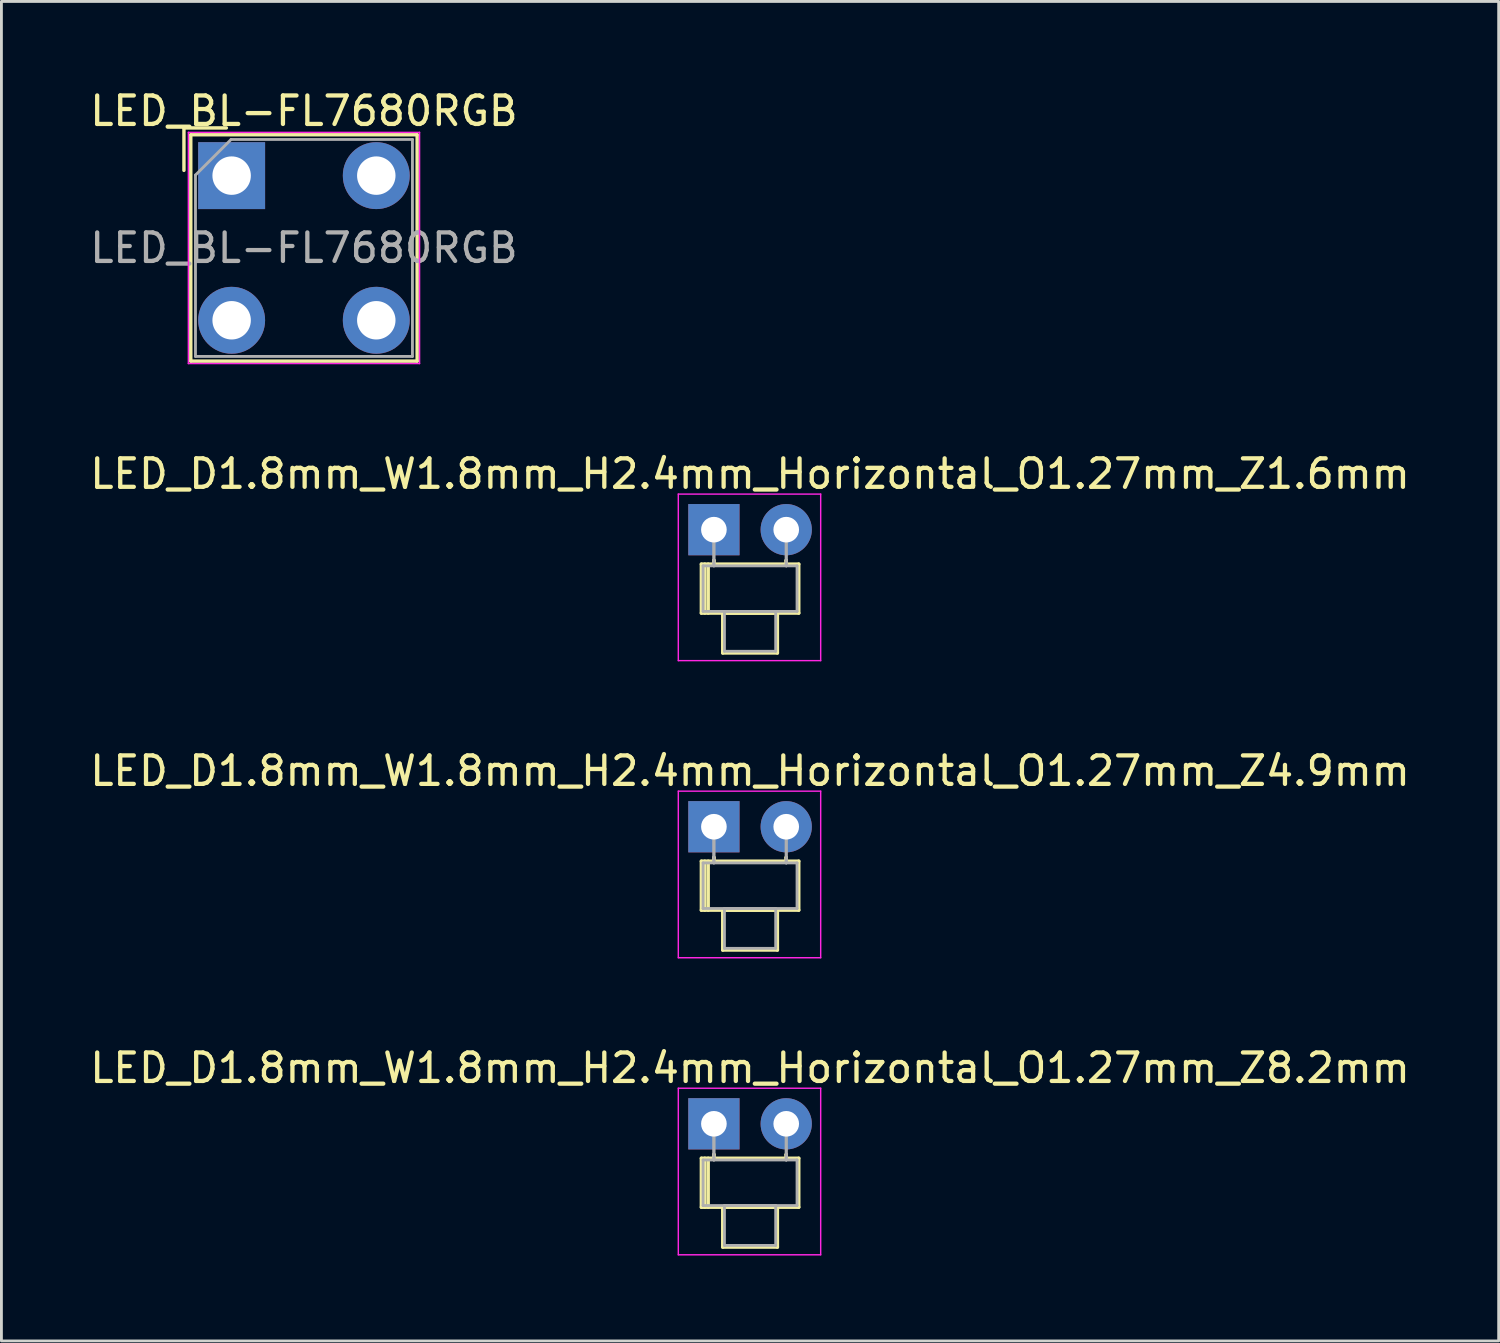
<source format=kicad_pcb>
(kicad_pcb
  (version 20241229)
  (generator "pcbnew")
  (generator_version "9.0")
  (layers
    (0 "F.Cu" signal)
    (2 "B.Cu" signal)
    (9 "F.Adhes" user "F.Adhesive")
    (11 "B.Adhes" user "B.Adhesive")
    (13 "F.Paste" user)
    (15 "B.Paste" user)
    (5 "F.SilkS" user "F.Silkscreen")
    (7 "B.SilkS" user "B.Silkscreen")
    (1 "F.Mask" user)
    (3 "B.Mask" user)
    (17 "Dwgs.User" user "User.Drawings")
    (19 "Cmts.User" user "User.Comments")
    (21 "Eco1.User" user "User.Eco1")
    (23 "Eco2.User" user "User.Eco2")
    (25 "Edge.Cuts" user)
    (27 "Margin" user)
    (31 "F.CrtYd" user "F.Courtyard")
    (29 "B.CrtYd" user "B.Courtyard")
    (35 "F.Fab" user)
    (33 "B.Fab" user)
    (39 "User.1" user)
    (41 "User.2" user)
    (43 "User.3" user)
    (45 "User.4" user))
  (footprint "LED_D1.8mm_W1.8mm_H2.4mm_Horizontal_O1.27mm_Z8.2mm"
    (layer "F.Cu")
    (at 22.022 36.418)
    (property "Reference" "LED_D1.8mm_W1.8mm_H2.4mm_Horizontal_O1.27mm_Z8.2mm" (at 1.27 -1.96 0) (layer "F.SilkS") (effects (font (size 1 1) (thickness 0.15))))
    (attr through_hole)
    (fp_line (start -0.44 1.21) (end -0.44 2.93) (stroke (width 0.12) (type solid)) (layer "F.SilkS"))
    (fp_line (start -0.44 2.93) (end 2.98 2.93) (stroke (width 0.12) (type solid)) (layer "F.SilkS"))
    (fp_line (start -0.32 1.21) (end -0.32 2.93) (stroke (width 0.12) (type solid)) (layer "F.SilkS"))
    (fp_line (start -0.2 1.21) (end -0.2 2.93) (stroke (width 0.12) (type solid)) (layer "F.SilkS"))
    (fp_line (start 0 1.08) (end 0 1.08) (stroke (width 0.12) (type solid)) (layer "F.SilkS"))
    (fp_line (start 0 1.08) (end 0 1.21) (stroke (width 0.12) (type solid)) (layer "F.SilkS"))
    (fp_line (start 0 1.21) (end 0 1.08) (stroke (width 0.12) (type solid)) (layer "F.SilkS"))
    (fp_line (start 0 1.21) (end 0 1.21) (stroke (width 0.12) (type solid)) (layer "F.SilkS"))
    (fp_line (start 0.31 2.93) (end 0.31 4.33) (stroke (width 0.12) (type solid)) (layer "F.SilkS"))
    (fp_line (start 0.31 4.33) (end 2.23 4.33) (stroke (width 0.12) (type solid)) (layer "F.SilkS"))
    (fp_line (start 2.23 2.93) (end 0.31 2.93) (stroke (width 0.12) (type solid)) (layer "F.SilkS"))
    (fp_line (start 2.23 4.33) (end 2.23 2.93) (stroke (width 0.12) (type solid)) (layer "F.SilkS"))
    (fp_line (start 2.54 1.08) (end 2.54 1.08) (stroke (width 0.12) (type solid)) (layer "F.SilkS"))
    (fp_line (start 2.54 1.08) (end 2.54 1.21) (stroke (width 0.12) (type solid)) (layer "F.SilkS"))
    (fp_line (start 2.54 1.21) (end 2.54 1.08) (stroke (width 0.12) (type solid)) (layer "F.SilkS"))
    (fp_line (start 2.54 1.21) (end 2.54 1.21) (stroke (width 0.12) (type solid)) (layer "F.SilkS"))
    (fp_line (start 2.98 1.21) (end -0.44 1.21) (stroke (width 0.12) (type solid)) (layer "F.SilkS"))
    (fp_line (start 2.98 2.93) (end 2.98 1.21) (stroke (width 0.12) (type solid)) (layer "F.SilkS"))
    (fp_line (start -1.25 -1.25) (end -1.25 4.6) (stroke (width 0.05) (type solid)) (layer "F.CrtYd"))
    (fp_line (start -1.25 4.6) (end 3.75 4.6) (stroke (width 0.05) (type solid)) (layer "F.CrtYd"))
    (fp_line (start 3.75 -1.25) (end -1.25 -1.25) (stroke (width 0.05) (type solid)) (layer "F.CrtYd"))
    (fp_line (start 3.75 4.6) (end 3.75 -1.25) (stroke (width 0.05) (type solid)) (layer "F.CrtYd"))
    (fp_line (start -0.38 1.27) (end -0.38 2.87) (stroke (width 0.1) (type solid)) (layer "F.Fab"))
    (fp_line (start -0.38 2.87) (end 2.92 2.87) (stroke (width 0.1) (type solid)) (layer "F.Fab"))
    (fp_line (start 0 0) (end 0 0) (stroke (width 0.1) (type solid)) (layer "F.Fab"))
    (fp_line (start 0 0) (end 0 1.27) (stroke (width 0.1) (type solid)) (layer "F.Fab"))
    (fp_line (start 0 1.27) (end 0 0) (stroke (width 0.1) (type solid)) (layer "F.Fab"))
    (fp_line (start 0 1.27) (end 0 1.27) (stroke (width 0.1) (type solid)) (layer "F.Fab"))
    (fp_line (start 0.37 2.87) (end 0.37 4.27) (stroke (width 0.1) (type solid)) (layer "F.Fab"))
    (fp_line (start 0.37 4.27) (end 2.17 4.27) (stroke (width 0.1) (type solid)) (layer "F.Fab"))
    (fp_line (start 2.17 2.87) (end 0.37 2.87) (stroke (width 0.1) (type solid)) (layer "F.Fab"))
    (fp_line (start 2.17 4.27) (end 2.17 2.87) (stroke (width 0.1) (type solid)) (layer "F.Fab"))
    (fp_line (start 2.54 0) (end 2.54 0) (stroke (width 0.1) (type solid)) (layer "F.Fab"))
    (fp_line (start 2.54 0) (end 2.54 1.27) (stroke (width 0.1) (type solid)) (layer "F.Fab"))
    (fp_line (start 2.54 1.27) (end 2.54 0) (stroke (width 0.1) (type solid)) (layer "F.Fab"))
    (fp_line (start 2.54 1.27) (end 2.54 1.27) (stroke (width 0.1) (type solid)) (layer "F.Fab"))
    (fp_line (start 2.92 1.27) (end -0.38 1.27) (stroke (width 0.1) (type solid)) (layer "F.Fab"))
    (fp_line (start 2.92 2.87) (end 2.92 1.27) (stroke (width 0.1) (type solid)) (layer "F.Fab"))
    (pad "1" thru_hole rect (at 0 0) (size 1.8 1.8) (drill 0.9) (layers "*.Cu" "*.Mask"))
    (pad "2" thru_hole circle (at 2.54 0) (size 1.8 1.8) (drill 0.9) (layers "*.Cu" "*.Mask")))
  (footprint "LED_BL-FL7680RGB"
    (layer "F.Cu")
    (at 5.085 3.118)
    (property "Reference" "LED_BL-FL7680RGB" (at 2.54 -2.27 0) (layer "F.SilkS") (effects (font (size 1 1) (thickness 0.15))))
    (attr through_hole)
    (fp_line (start -1.675 -1.675) (end -0.185 -1.675) (stroke (width 0.12) (type solid)) (layer "F.SilkS"))
    (fp_line (start -1.675 -0.185) (end -1.675 -1.675) (stroke (width 0.12) (type solid)) (layer "F.SilkS"))
    (fp_line (start -1.435 -1.435) (end -1.435 6.515) (stroke (width 0.12) (type solid)) (layer "F.SilkS"))
    (fp_line (start -1.435 6.515) (end 6.515 6.515) (stroke (width 0.12) (type solid)) (layer "F.SilkS"))
    (fp_line (start 6.515 -1.435) (end -1.435 -1.435) (stroke (width 0.12) (type solid)) (layer "F.SilkS"))
    (fp_line (start 6.515 6.515) (end 6.515 -1.435) (stroke (width 0.12) (type solid)) (layer "F.SilkS"))
    (fp_line (start -1.52 -1.52) (end -1.52 6.6) (stroke (width 0.05) (type solid)) (layer "F.CrtYd"))
    (fp_line (start -1.52 6.6) (end 6.6 6.6) (stroke (width 0.05) (type solid)) (layer "F.CrtYd"))
    (fp_line (start 6.6 -1.52) (end -1.52 -1.52) (stroke (width 0.05) (type solid)) (layer "F.CrtYd"))
    (fp_line (start 6.6 6.6) (end 6.6 -1.52) (stroke (width 0.05) (type solid)) (layer "F.CrtYd"))
    (fp_line (start -1.27 -0.02) (end -0.02 -1.27) (stroke (width 0.1) (type solid)) (layer "F.Fab"))
    (fp_line (start -1.27 6.35) (end -1.27 -0.02) (stroke (width 0.1) (type solid)) (layer "F.Fab"))
    (fp_line (start -0.02 -1.27) (end 6.35 -1.27) (stroke (width 0.1) (type solid)) (layer "F.Fab"))
    (fp_line (start 6.35 -1.27) (end 6.35 6.35) (stroke (width 0.1) (type solid)) (layer "F.Fab"))
    (fp_line (start 6.35 6.35) (end -1.27 6.35) (stroke (width 0.1) (type solid)) (layer "F.Fab"))
    (fp_text user "${REFERENCE}" (at 2.54 2.54 0) (layer "F.Fab") (effects (font (size 1 1) (thickness 0.15))))
    (pad "1" thru_hole rect (at 0 0) (size 2.35 2.35) (drill 1.35) (layers "*.Cu" "*.Mask"))
    (pad "2" thru_hole circle (at 0 5.08) (size 2.35 2.35) (drill 1.35) (layers "*.Cu" "*.Mask"))
    (pad "3" thru_hole circle (at 5.08 5.08) (size 2.35 2.35) (drill 1.35) (layers "*.Cu" "*.Mask"))
    (pad "4" thru_hole circle (at 5.08 0) (size 2.35 2.35) (drill 1.35) (layers "*.Cu" "*.Mask")))
  (footprint "LED_D1.8mm_W1.8mm_H2.4mm_Horizontal_O1.27mm_Z4.9mm"
    (layer "F.Cu")
    (at 22.022 25.985)
    (property "Reference" "LED_D1.8mm_W1.8mm_H2.4mm_Horizontal_O1.27mm_Z4.9mm" (at 1.27 -1.96 0) (layer "F.SilkS") (effects (font (size 1 1) (thickness 0.15))))
    (attr through_hole)
    (fp_line (start -0.44 1.21) (end -0.44 2.93) (stroke (width 0.12) (type solid)) (layer "F.SilkS"))
    (fp_line (start -0.44 2.93) (end 2.98 2.93) (stroke (width 0.12) (type solid)) (layer "F.SilkS"))
    (fp_line (start -0.32 1.21) (end -0.32 2.93) (stroke (width 0.12) (type solid)) (layer "F.SilkS"))
    (fp_line (start -0.2 1.21) (end -0.2 2.93) (stroke (width 0.12) (type solid)) (layer "F.SilkS"))
    (fp_line (start 0 1.08) (end 0 1.08) (stroke (width 0.12) (type solid)) (layer "F.SilkS"))
    (fp_line (start 0 1.08) (end 0 1.21) (stroke (width 0.12) (type solid)) (layer "F.SilkS"))
    (fp_line (start 0 1.21) (end 0 1.08) (stroke (width 0.12) (type solid)) (layer "F.SilkS"))
    (fp_line (start 0 1.21) (end 0 1.21) (stroke (width 0.12) (type solid)) (layer "F.SilkS"))
    (fp_line (start 0.31 2.93) (end 0.31 4.33) (stroke (width 0.12) (type solid)) (layer "F.SilkS"))
    (fp_line (start 0.31 4.33) (end 2.23 4.33) (stroke (width 0.12) (type solid)) (layer "F.SilkS"))
    (fp_line (start 2.23 2.93) (end 0.31 2.93) (stroke (width 0.12) (type solid)) (layer "F.SilkS"))
    (fp_line (start 2.23 4.33) (end 2.23 2.93) (stroke (width 0.12) (type solid)) (layer "F.SilkS"))
    (fp_line (start 2.54 1.08) (end 2.54 1.08) (stroke (width 0.12) (type solid)) (layer "F.SilkS"))
    (fp_line (start 2.54 1.08) (end 2.54 1.21) (stroke (width 0.12) (type solid)) (layer "F.SilkS"))
    (fp_line (start 2.54 1.21) (end 2.54 1.08) (stroke (width 0.12) (type solid)) (layer "F.SilkS"))
    (fp_line (start 2.54 1.21) (end 2.54 1.21) (stroke (width 0.12) (type solid)) (layer "F.SilkS"))
    (fp_line (start 2.98 1.21) (end -0.44 1.21) (stroke (width 0.12) (type solid)) (layer "F.SilkS"))
    (fp_line (start 2.98 2.93) (end 2.98 1.21) (stroke (width 0.12) (type solid)) (layer "F.SilkS"))
    (fp_line (start -1.25 -1.25) (end -1.25 4.6) (stroke (width 0.05) (type solid)) (layer "F.CrtYd"))
    (fp_line (start -1.25 4.6) (end 3.75 4.6) (stroke (width 0.05) (type solid)) (layer "F.CrtYd"))
    (fp_line (start 3.75 -1.25) (end -1.25 -1.25) (stroke (width 0.05) (type solid)) (layer "F.CrtYd"))
    (fp_line (start 3.75 4.6) (end 3.75 -1.25) (stroke (width 0.05) (type solid)) (layer "F.CrtYd"))
    (fp_line (start -0.38 1.27) (end -0.38 2.87) (stroke (width 0.1) (type solid)) (layer "F.Fab"))
    (fp_line (start -0.38 2.87) (end 2.92 2.87) (stroke (width 0.1) (type solid)) (layer "F.Fab"))
    (fp_line (start 0 0) (end 0 0) (stroke (width 0.1) (type solid)) (layer "F.Fab"))
    (fp_line (start 0 0) (end 0 1.27) (stroke (width 0.1) (type solid)) (layer "F.Fab"))
    (fp_line (start 0 1.27) (end 0 0) (stroke (width 0.1) (type solid)) (layer "F.Fab"))
    (fp_line (start 0 1.27) (end 0 1.27) (stroke (width 0.1) (type solid)) (layer "F.Fab"))
    (fp_line (start 0.37 2.87) (end 0.37 4.27) (stroke (width 0.1) (type solid)) (layer "F.Fab"))
    (fp_line (start 0.37 4.27) (end 2.17 4.27) (stroke (width 0.1) (type solid)) (layer "F.Fab"))
    (fp_line (start 2.17 2.87) (end 0.37 2.87) (stroke (width 0.1) (type solid)) (layer "F.Fab"))
    (fp_line (start 2.17 4.27) (end 2.17 2.87) (stroke (width 0.1) (type solid)) (layer "F.Fab"))
    (fp_line (start 2.54 0) (end 2.54 0) (stroke (width 0.1) (type solid)) (layer "F.Fab"))
    (fp_line (start 2.54 0) (end 2.54 1.27) (stroke (width 0.1) (type solid)) (layer "F.Fab"))
    (fp_line (start 2.54 1.27) (end 2.54 0) (stroke (width 0.1) (type solid)) (layer "F.Fab"))
    (fp_line (start 2.54 1.27) (end 2.54 1.27) (stroke (width 0.1) (type solid)) (layer "F.Fab"))
    (fp_line (start 2.92 1.27) (end -0.38 1.27) (stroke (width 0.1) (type solid)) (layer "F.Fab"))
    (fp_line (start 2.92 2.87) (end 2.92 1.27) (stroke (width 0.1) (type solid)) (layer "F.Fab"))
    (pad "1" thru_hole rect (at 0 0) (size 1.8 1.8) (drill 0.9) (layers "*.Cu" "*.Mask"))
    (pad "2" thru_hole circle (at 2.54 0) (size 1.8 1.8) (drill 0.9) (layers "*.Cu" "*.Mask")))
  (footprint "LED_D1.8mm_W1.8mm_H2.4mm_Horizontal_O1.27mm_Z1.6mm"
    (layer "F.Cu")
    (at 22.022 15.552)
    (property "Reference" "LED_D1.8mm_W1.8mm_H2.4mm_Horizontal_O1.27mm_Z1.6mm" (at 1.27 -1.96 0) (layer "F.SilkS") (effects (font (size 1 1) (thickness 0.15))))
    (attr through_hole)
    (fp_line (start -0.44 1.21) (end -0.44 2.93) (stroke (width 0.12) (type solid)) (layer "F.SilkS"))
    (fp_line (start -0.44 2.93) (end 2.98 2.93) (stroke (width 0.12) (type solid)) (layer "F.SilkS"))
    (fp_line (start -0.32 1.21) (end -0.32 2.93) (stroke (width 0.12) (type solid)) (layer "F.SilkS"))
    (fp_line (start -0.2 1.21) (end -0.2 2.93) (stroke (width 0.12) (type solid)) (layer "F.SilkS"))
    (fp_line (start 0 1.08) (end 0 1.08) (stroke (width 0.12) (type solid)) (layer "F.SilkS"))
    (fp_line (start 0 1.08) (end 0 1.21) (stroke (width 0.12) (type solid)) (layer "F.SilkS"))
    (fp_line (start 0 1.21) (end 0 1.08) (stroke (width 0.12) (type solid)) (layer "F.SilkS"))
    (fp_line (start 0 1.21) (end 0 1.21) (stroke (width 0.12) (type solid)) (layer "F.SilkS"))
    (fp_line (start 0.31 2.93) (end 0.31 4.33) (stroke (width 0.12) (type solid)) (layer "F.SilkS"))
    (fp_line (start 0.31 4.33) (end 2.23 4.33) (stroke (width 0.12) (type solid)) (layer "F.SilkS"))
    (fp_line (start 2.23 2.93) (end 0.31 2.93) (stroke (width 0.12) (type solid)) (layer "F.SilkS"))
    (fp_line (start 2.23 4.33) (end 2.23 2.93) (stroke (width 0.12) (type solid)) (layer "F.SilkS"))
    (fp_line (start 2.54 1.08) (end 2.54 1.08) (stroke (width 0.12) (type solid)) (layer "F.SilkS"))
    (fp_line (start 2.54 1.08) (end 2.54 1.21) (stroke (width 0.12) (type solid)) (layer "F.SilkS"))
    (fp_line (start 2.54 1.21) (end 2.54 1.08) (stroke (width 0.12) (type solid)) (layer "F.SilkS"))
    (fp_line (start 2.54 1.21) (end 2.54 1.21) (stroke (width 0.12) (type solid)) (layer "F.SilkS"))
    (fp_line (start 2.98 1.21) (end -0.44 1.21) (stroke (width 0.12) (type solid)) (layer "F.SilkS"))
    (fp_line (start 2.98 2.93) (end 2.98 1.21) (stroke (width 0.12) (type solid)) (layer "F.SilkS"))
    (fp_line (start -1.25 -1.25) (end -1.25 4.6) (stroke (width 0.05) (type solid)) (layer "F.CrtYd"))
    (fp_line (start -1.25 4.6) (end 3.75 4.6) (stroke (width 0.05) (type solid)) (layer "F.CrtYd"))
    (fp_line (start 3.75 -1.25) (end -1.25 -1.25) (stroke (width 0.05) (type solid)) (layer "F.CrtYd"))
    (fp_line (start 3.75 4.6) (end 3.75 -1.25) (stroke (width 0.05) (type solid)) (layer "F.CrtYd"))
    (fp_line (start -0.38 1.27) (end -0.38 2.87) (stroke (width 0.1) (type solid)) (layer "F.Fab"))
    (fp_line (start -0.38 2.87) (end 2.92 2.87) (stroke (width 0.1) (type solid)) (layer "F.Fab"))
    (fp_line (start 0 0) (end 0 0) (stroke (width 0.1) (type solid)) (layer "F.Fab"))
    (fp_line (start 0 0) (end 0 1.27) (stroke (width 0.1) (type solid)) (layer "F.Fab"))
    (fp_line (start 0 1.27) (end 0 0) (stroke (width 0.1) (type solid)) (layer "F.Fab"))
    (fp_line (start 0 1.27) (end 0 1.27) (stroke (width 0.1) (type solid)) (layer "F.Fab"))
    (fp_line (start 0.37 2.87) (end 0.37 4.27) (stroke (width 0.1) (type solid)) (layer "F.Fab"))
    (fp_line (start 0.37 4.27) (end 2.17 4.27) (stroke (width 0.1) (type solid)) (layer "F.Fab"))
    (fp_line (start 2.17 2.87) (end 0.37 2.87) (stroke (width 0.1) (type solid)) (layer "F.Fab"))
    (fp_line (start 2.17 4.27) (end 2.17 2.87) (stroke (width 0.1) (type solid)) (layer "F.Fab"))
    (fp_line (start 2.54 0) (end 2.54 0) (stroke (width 0.1) (type solid)) (layer "F.Fab"))
    (fp_line (start 2.54 0) (end 2.54 1.27) (stroke (width 0.1) (type solid)) (layer "F.Fab"))
    (fp_line (start 2.54 1.27) (end 2.54 0) (stroke (width 0.1) (type solid)) (layer "F.Fab"))
    (fp_line (start 2.54 1.27) (end 2.54 1.27) (stroke (width 0.1) (type solid)) (layer "F.Fab"))
    (fp_line (start 2.92 1.27) (end -0.38 1.27) (stroke (width 0.1) (type solid)) (layer "F.Fab"))
    (fp_line (start 2.92 2.87) (end 2.92 1.27) (stroke (width 0.1) (type solid)) (layer "F.Fab"))
    (pad "1" thru_hole rect (at 0 0) (size 1.8 1.8) (drill 0.9) (layers "*.Cu" "*.Mask"))
    (pad "2" thru_hole circle (at 2.54 0) (size 1.8 1.8) (drill 0.9) (layers "*.Cu" "*.Mask")))
  (gr_rect
    (start -3 -3)
    (end 49.583 44.043)
    (stroke (width 0.1) (type default))
    (fill no)
    (layer "Edge.Cuts")))
</source>
